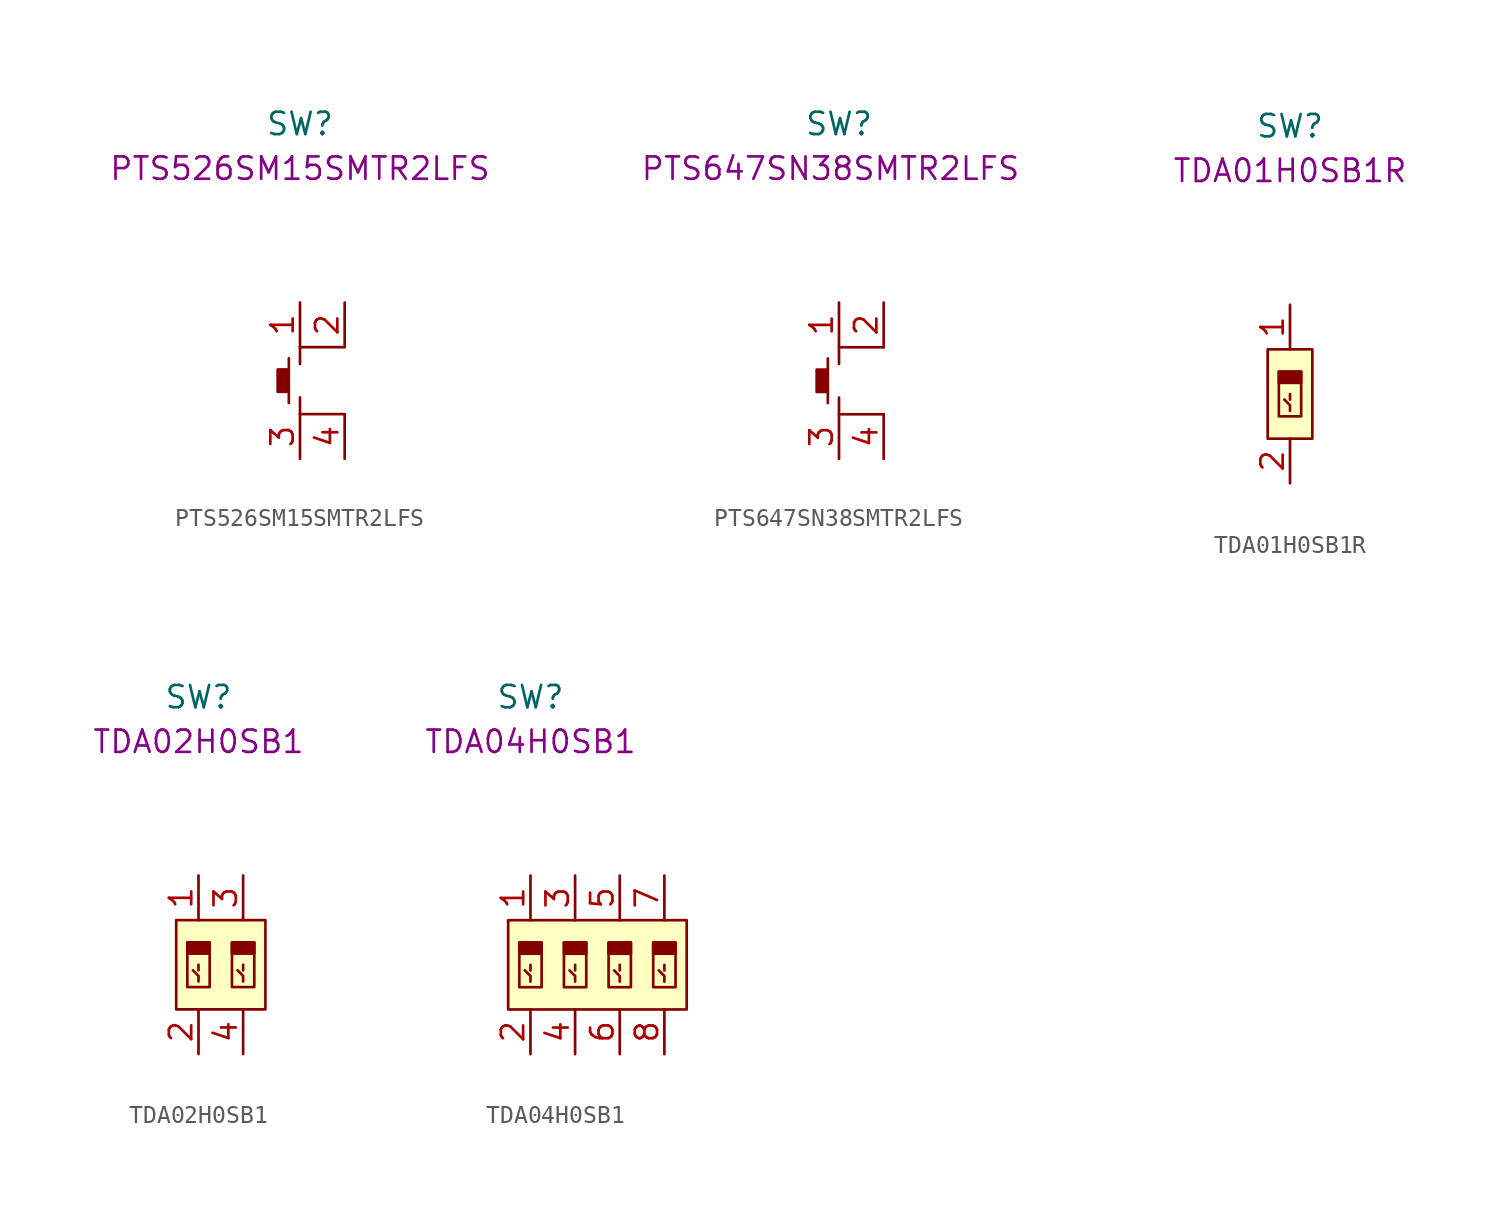
<source format=kicad_sym>
(kicad_symbol_lib
  (version 20211014)
  (generator kicad_symbol_editor)
  (symbol "PTS526SM15SMTR2LFS"
    (property "Reference" "SW"
      (at 0 12.7 0)
      (effects (font (size 1.27 1.27))))
    (property "P/N" "PTS526SM15SMTR2LFS"
      (at 0 10.16 0)
      (effects (font (size 1.27 1.27))))
    (symbol "PTS526SM15SMTR2LFS_0_1"
      (polyline (pts (xy -0.635 -3.175) (xy -0.635 -0.635)) (stroke (width 0) (type default) (color 0 0 0 0)) (fill (type none)))
      (polyline (pts (xy 0 -3.81) (xy 0 -2.857)) (stroke (width 0) (type default) (color 0 0 0 0)) (fill (type none)))
      (polyline (pts (xy 0 0) (xy 0 -0.953)) (stroke (width 0) (type default) (color 0 0 0 0)) (fill (type none)))
      (polyline (pts (xy 2.54 -3.81) (xy 0 -3.81)) (stroke (width 0) (type default) (color 0 0 0 0)) (fill (type none)))
      (polyline (pts (xy 2.54 0) (xy 0 0)) (stroke (width 0) (type default) (color 0 0 0 0)) (fill (type none)))
      (polyline (pts (xy -0.635 -1.27) (xy -1.27 -1.27) (xy -1.27 -2.54) (xy -0.635 -2.54)) (stroke (width 0) (type default) (color 0 0 0 0)) (fill (type outline))))
    (symbol "PTS526SM15SMTR2LFS_1_1"
      (pin passive line (at 0 2.54 270) (length 2.54) (name "" (effects (font (size 1.27 1.27)))) (number "1" (effects (font (size 1.27 1.27)))))
      (pin passive line (at 2.54 2.54 270) (length 2.54) (name "" (effects (font (size 1.27 1.27)))) (number "2" (effects (font (size 1.27 1.27)))))
      (pin passive line (at 0 -6.35 90) (length 2.54) (name "" (effects (font (size 1.27 1.27)))) (number "3" (effects (font (size 1.27 1.27)))))
      (pin passive line (at 2.54 -6.35 90) (length 2.54) (name "" (effects (font (size 1.27 1.27)))) (number "4" (effects (font (size 1.27 1.27)))))))
  (symbol "PTS647SN38SMTR2LFS"
    (property "Reference" "SW"
      (at 0 12.7 0)
      (effects (font (size 1.27 1.27))))
    (property "P/N" "PTS647SN38SMTR2LFS "
      (at 0 10.16 0)
      (effects (font (size 1.27 1.27))))
    (symbol "PTS647SN38SMTR2LFS_0_1"
      (polyline (pts (xy -0.635 -3.175) (xy -0.635 -0.635)) (stroke (width 0) (type default) (color 0 0 0 0)) (fill (type none)))
      (polyline (pts (xy 0 -3.81) (xy 0 -2.857)) (stroke (width 0) (type default) (color 0 0 0 0)) (fill (type none)))
      (polyline (pts (xy 0 0) (xy 0 -0.953)) (stroke (width 0) (type default) (color 0 0 0 0)) (fill (type none)))
      (polyline (pts (xy 2.54 -3.81) (xy 0 -3.81)) (stroke (width 0) (type default) (color 0 0 0 0)) (fill (type none)))
      (polyline (pts (xy 2.54 0) (xy 0 0)) (stroke (width 0) (type default) (color 0 0 0 0)) (fill (type none)))
      (polyline (pts (xy -0.635 -1.27) (xy -1.27 -1.27) (xy -1.27 -2.54) (xy -0.635 -2.54)) (stroke (width 0) (type default) (color 0 0 0 0)) (fill (type outline))))
    (symbol "PTS647SN38SMTR2LFS_1_1"
      (pin passive line (at 0 2.54 270) (length 2.54) (name "" (effects (font (size 1.27 1.27)))) (number "1" (effects (font (size 1.27 1.27)))))
      (pin passive line (at 2.54 2.54 270) (length 2.54) (name "" (effects (font (size 1.27 1.27)))) (number "2" (effects (font (size 1.27 1.27)))))
      (pin passive line (at 0 -6.35 90) (length 2.54) (name "" (effects (font (size 1.27 1.27)))) (number "3" (effects (font (size 1.27 1.27)))))
      (pin passive line (at 2.54 -6.35 90) (length 2.54) (name "" (effects (font (size 1.27 1.27)))) (number "4" (effects (font (size 1.27 1.27)))))))
  (symbol "TDA01H0SB1R"
    (property "Reference" "SW"
      (at 0 12.7 0)
      (effects (font (size 1.27 1.27))))
    (property "P/N" "TDA01H0SB1R"
      (at 0 10.16 0)
      (effects (font (size 1.27 1.27))))
    (symbol "TDA01H0SB1R_0_1"
      (rectangle (start -1.27 0) (end 1.27 -5.08) (stroke (width 0) (type default) (color 0 0 0 0)) (fill (type background)))
      (rectangle (start -0.635 -1.27) (end 0.635 -3.81) (stroke (width 0) (type default) (color 0 0 0 0)) (fill (type background)))
      (rectangle (start -0.635 -1.27) (end 0.635 -1.905) (stroke (width 0) (type default) (color 0 0 0 0)) (fill (type outline)))
      (polyline (pts (xy 0 -2.857) (xy 0 -2.54)) (stroke (width 0) (type default) (color 0 0 0 0)) (fill (type none)))
      (polyline (pts (xy 0 -3.493) (xy 0 -3.175) (xy -0.318 -2.857)) (stroke (width 0) (type default) (color 0 0 0 0)) (fill (type none))))
    (symbol "TDA01H0SB1R_1_1"
      (pin passive line (at 0 2.54 270) (length 2.54) (name "" (effects (font (size 1.27 1.27)))) (number "1" (effects (font (size 1.27 1.27)))))
      (pin passive line (at 0 -7.62 90) (length 2.54) (name "" (effects (font (size 1.27 1.27)))) (number "2" (effects (font (size 1.27 1.27)))))))
  (symbol "TDA02H0SB1"
    (property "Reference" "SW"
      (at 0 12.7 0)
      (effects (font (size 1.27 1.27))))
    (property "P/N" "TDA02H0SB1"
      (at 0 10.16 0)
      (effects (font (size 1.27 1.27))))
    (symbol "TDA02H0SB1_0_1"
      (rectangle (start -1.27 0) (end 3.81 -5.08) (stroke (width 0) (type default) (color 0 0 0 0)) (fill (type background)))
      (rectangle (start -0.635 -1.27) (end 0.635 -3.81) (stroke (width 0) (type default) (color 0 0 0 0)) (fill (type background)))
      (rectangle (start -0.635 -1.27) (end 0.635 -1.905) (stroke (width 0) (type default) (color 0 0 0 0)) (fill (type outline)))
      (polyline (pts (xy 0 -2.857) (xy 0 -2.54)) (stroke (width 0) (type default) (color 0 0 0 0)) (fill (type none)))
      (polyline (pts (xy 2.54 -2.857) (xy 2.54 -2.54)) (stroke (width 0) (type default) (color 0 0 0 0)) (fill (type none)))
      (polyline (pts (xy 0 -3.493) (xy 0 -3.175) (xy -0.318 -2.857)) (stroke (width 0) (type default) (color 0 0 0 0)) (fill (type none)))
      (polyline (pts (xy 2.54 -3.493) (xy 2.54 -3.175) (xy 2.223 -2.857)) (stroke (width 0) (type default) (color 0 0 0 0)) (fill (type none)))
      (rectangle (start 1.905 -1.27) (end 3.175 -3.81) (stroke (width 0) (type default) (color 0 0 0 0)) (fill (type background)))
      (rectangle (start 1.905 -1.27) (end 3.175 -1.905) (stroke (width 0) (type default) (color 0 0 0 0)) (fill (type outline))))
    (symbol "TDA02H0SB1_1_1"
      (pin passive line (at 0 2.54 270) (length 2.54) (name "" (effects (font (size 1.27 1.27)))) (number "1" (effects (font (size 1.27 1.27)))))
      (pin passive line (at 0 -7.62 90) (length 2.54) (name "" (effects (font (size 1.27 1.27)))) (number "2" (effects (font (size 1.27 1.27)))))
      (pin passive line (at 2.54 2.54 270) (length 2.54) (name "" (effects (font (size 1.27 1.27)))) (number "3" (effects (font (size 1.27 1.27)))))
      (pin passive line (at 2.54 -7.62 90) (length 2.54) (name "" (effects (font (size 1.27 1.27)))) (number "4" (effects (font (size 1.27 1.27)))))))
  (symbol "TDA04H0SB1"
    (property "Reference" "SW"
      (at 0 12.7 0)
      (effects (font (size 1.27 1.27))))
    (property "P/N" "TDA04H0SB1"
      (at 0 10.16 0)
      (effects (font (size 1.27 1.27))))
    (symbol "TDA04H0SB1_0_1"
      (rectangle (start -1.27 0) (end 8.89 -5.08) (stroke (width 0) (type default) (color 0 0 0 0)) (fill (type background)))
      (rectangle (start -0.635 -1.27) (end 0.635 -3.81) (stroke (width 0) (type default) (color 0 0 0 0)) (fill (type background)))
      (rectangle (start -0.635 -1.27) (end 0.635 -1.905) (stroke (width 0) (type default) (color 0 0 0 0)) (fill (type outline)))
      (polyline (pts (xy 0 -2.857) (xy 0 -2.54)) (stroke (width 0) (type default) (color 0 0 0 0)) (fill (type none)))
      (polyline (pts (xy 2.54 -2.857) (xy 2.54 -2.54)) (stroke (width 0) (type default) (color 0 0 0 0)) (fill (type none)))
      (polyline (pts (xy 5.08 -2.857) (xy 5.08 -2.54)) (stroke (width 0) (type default) (color 0 0 0 0)) (fill (type none)))
      (polyline (pts (xy 7.62 -2.857) (xy 7.62 -2.54)) (stroke (width 0) (type default) (color 0 0 0 0)) (fill (type none)))
      (polyline (pts (xy 0 -3.493) (xy 0 -3.175) (xy -0.318 -2.857)) (stroke (width 0) (type default) (color 0 0 0 0)) (fill (type none)))
      (polyline (pts (xy 2.54 -3.493) (xy 2.54 -3.175) (xy 2.223 -2.857)) (stroke (width 0) (type default) (color 0 0 0 0)) (fill (type none)))
      (polyline (pts (xy 5.08 -3.493) (xy 5.08 -3.175) (xy 4.763 -2.857)) (stroke (width 0) (type default) (color 0 0 0 0)) (fill (type none)))
      (polyline (pts (xy 7.62 -3.493) (xy 7.62 -3.175) (xy 7.303 -2.857)) (stroke (width 0) (type default) (color 0 0 0 0)) (fill (type none)))
      (rectangle (start 1.905 -1.27) (end 3.175 -3.81) (stroke (width 0) (type default) (color 0 0 0 0)) (fill (type background)))
      (rectangle (start 1.905 -1.27) (end 3.175 -1.905) (stroke (width 0) (type default) (color 0 0 0 0)) (fill (type outline)))
      (rectangle (start 4.445 -1.27) (end 5.715 -3.81) (stroke (width 0) (type default) (color 0 0 0 0)) (fill (type background)))
      (rectangle (start 4.445 -1.27) (end 5.715 -1.905) (stroke (width 0) (type default) (color 0 0 0 0)) (fill (type outline)))
      (rectangle (start 6.985 -1.27) (end 8.255 -3.81) (stroke (width 0) (type default) (color 0 0 0 0)) (fill (type background)))
      (rectangle (start 6.985 -1.27) (end 8.255 -1.905) (stroke (width 0) (type default) (color 0 0 0 0)) (fill (type outline))))
    (symbol "TDA04H0SB1_1_1"
      (pin passive line (at 0 2.54 270) (length 2.54) (name "" (effects (font (size 1.27 1.27)))) (number "1" (effects (font (size 1.27 1.27)))))
      (pin passive line (at 0 -7.62 90) (length 2.54) (name "" (effects (font (size 1.27 1.27)))) (number "2" (effects (font (size 1.27 1.27)))))
      (pin passive line (at 2.54 2.54 270) (length 2.54) (name "" (effects (font (size 1.27 1.27)))) (number "3" (effects (font (size 1.27 1.27)))))
      (pin passive line (at 2.54 -7.62 90) (length 2.54) (name "" (effects (font (size 1.27 1.27)))) (number "4" (effects (font (size 1.27 1.27)))))
      (pin passive line (at 5.08 2.54 270) (length 2.54) (name "" (effects (font (size 1.27 1.27)))) (number "5" (effects (font (size 1.27 1.27)))))
      (pin passive line (at 5.08 -7.62 90) (length 2.54) (name "" (effects (font (size 1.27 1.27)))) (number "6" (effects (font (size 1.27 1.27)))))
      (pin passive line (at 7.62 2.54 270) (length 2.54) (name "" (effects (font (size 1.27 1.27)))) (number "7" (effects (font (size 1.27 1.27)))))
      (pin passive line (at 7.62 -7.62 90) (length 2.54) (name "" (effects (font (size 1.27 1.27)))) (number "8" (effects (font (size 1.27 1.27))))))))
</source>
